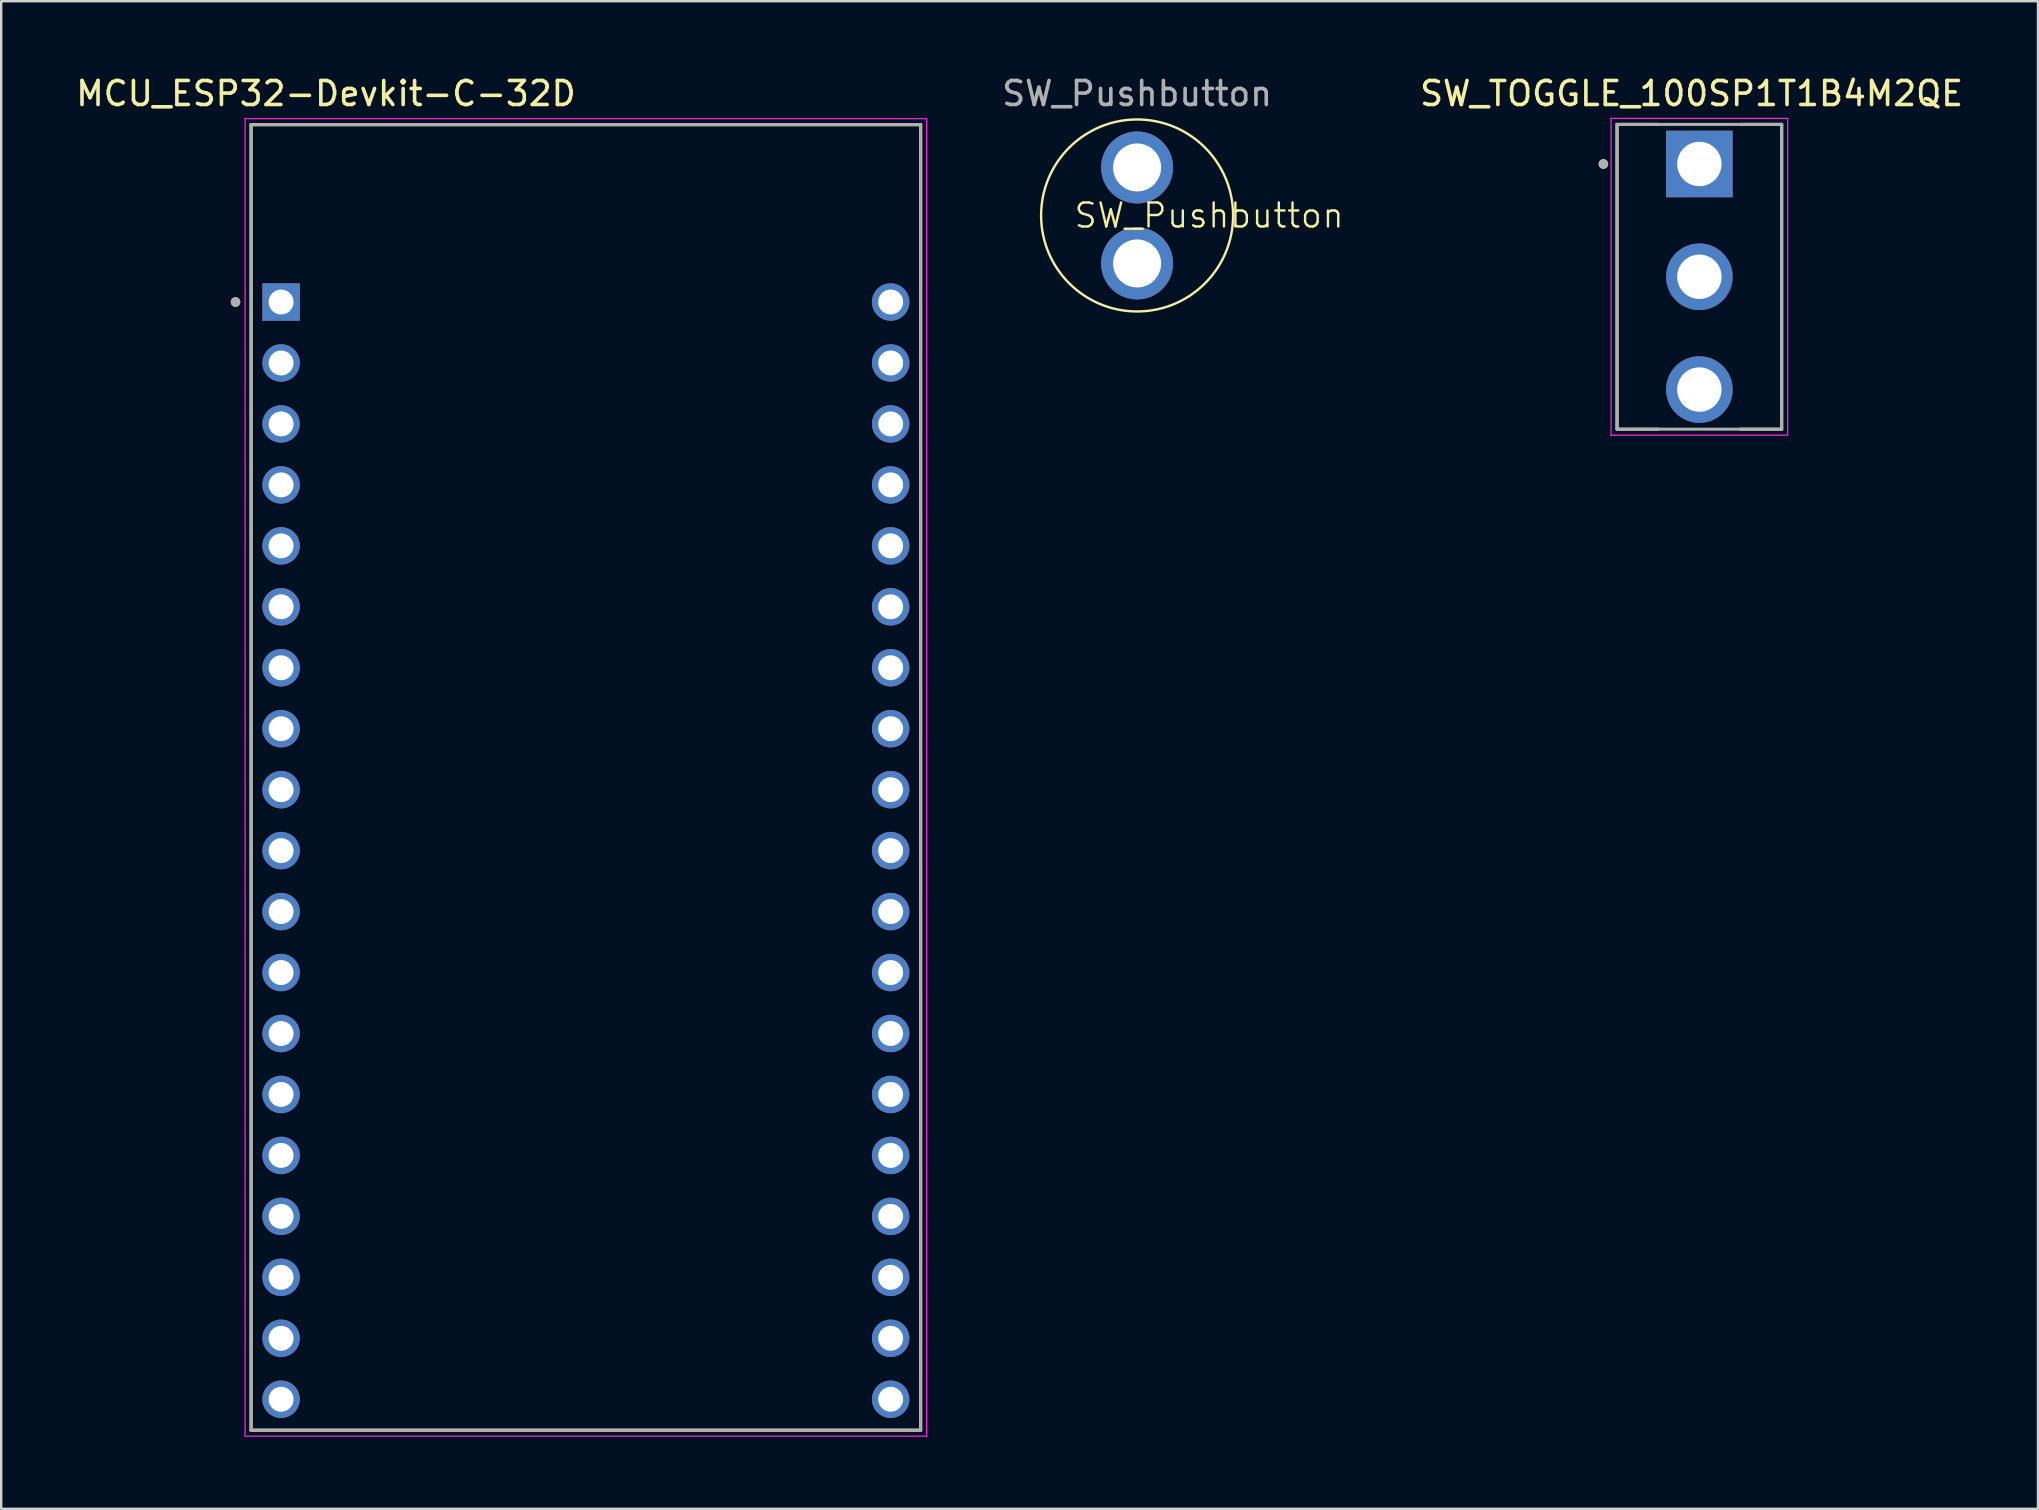
<source format=kicad_pcb>
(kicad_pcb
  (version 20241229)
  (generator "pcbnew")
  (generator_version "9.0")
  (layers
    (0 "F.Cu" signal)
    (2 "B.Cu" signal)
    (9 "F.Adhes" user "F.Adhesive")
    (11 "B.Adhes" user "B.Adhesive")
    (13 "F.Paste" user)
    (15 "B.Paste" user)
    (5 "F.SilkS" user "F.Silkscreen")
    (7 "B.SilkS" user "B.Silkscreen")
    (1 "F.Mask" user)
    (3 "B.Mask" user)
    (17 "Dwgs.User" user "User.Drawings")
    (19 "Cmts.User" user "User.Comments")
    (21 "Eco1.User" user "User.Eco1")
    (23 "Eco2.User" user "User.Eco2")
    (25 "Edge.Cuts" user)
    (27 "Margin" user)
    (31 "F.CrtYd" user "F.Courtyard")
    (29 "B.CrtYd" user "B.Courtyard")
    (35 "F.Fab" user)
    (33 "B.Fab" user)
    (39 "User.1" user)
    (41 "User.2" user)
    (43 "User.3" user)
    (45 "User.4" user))
  (footprint "SW_Pushbutton"
    (layer "F.Cu")
    (at 44.332 5.928)
    (property "Reference" "SW_Pushbutton" (at 3 0 0) (unlocked yes) (layer "F.SilkS") (effects (font (size 1 1) (thickness 0.1))))
    (attr through_hole)
    (fp_circle (center 0 0) (end 4 0) (stroke (width 0.1) (type default)) (fill no) (layer "F.SilkS"))
    (fp_text user "${REFERENCE}" (at 0 -5.08 0) (unlocked yes) (layer "F.Fab") (effects (font (size 1 1) (thickness 0.15))))
    (pad "1" thru_hole circle (at 0 -2) (size 3 3) (drill 2) (layers "*.Cu" "*.Mask"))
    (pad "2" thru_hole circle (at 0 2) (size 3 3) (drill 2) (layers "*.Cu" "*.Mask")))
  (footprint "MCU_ESP32-Devkit-C-32D"
    (layer "F.Cu")
    (at 21.363 29.295)
    (property "Reference" "MCU_ESP32-Devkit-C-32D" (at -10.829 -28.446 0) (layer "F.SilkS") (effects (font (size 1 1) (thickness 0.15))))
    (attr through_hole)
    (fp_line (start -13.95 -27.15) (end 13.95 -27.15) (stroke (width 0.127) (type solid)) (layer "F.SilkS"))
    (fp_line (start -13.95 27.25) (end -13.95 -27.15) (stroke (width 0.127) (type solid)) (layer "F.SilkS"))
    (fp_line (start 13.95 -27.15) (end 13.95 27.25) (stroke (width 0.127) (type solid)) (layer "F.SilkS"))
    (fp_line (start 13.95 27.25) (end -13.95 27.25) (stroke (width 0.127) (type solid)) (layer "F.SilkS"))
    (fp_circle (center -14.6 -19.76) (end -14.5 -19.76) (stroke (width 0.2) (type solid)) (fill no) (layer "F.SilkS"))
    (fp_line (start -14.2 -27.4) (end 14.2 -27.4) (stroke (width 0.05) (type solid)) (layer "F.CrtYd"))
    (fp_line (start -14.2 27.5) (end -14.2 -27.4) (stroke (width 0.05) (type solid)) (layer "F.CrtYd"))
    (fp_line (start 14.2 -27.4) (end 14.2 27.5) (stroke (width 0.05) (type solid)) (layer "F.CrtYd"))
    (fp_line (start 14.2 27.5) (end -14.2 27.5) (stroke (width 0.05) (type solid)) (layer "F.CrtYd"))
    (fp_line (start -13.95 -27.15) (end 13.95 -27.15) (stroke (width 0.127) (type solid)) (layer "F.Fab"))
    (fp_line (start -13.95 27.25) (end -13.95 -27.15) (stroke (width 0.127) (type solid)) (layer "F.Fab"))
    (fp_line (start 13.95 -27.15) (end 13.95 27.25) (stroke (width 0.127) (type solid)) (layer "F.Fab"))
    (fp_line (start 13.95 27.25) (end -13.95 27.25) (stroke (width 0.127) (type solid)) (layer "F.Fab"))
    (fp_circle (center -14.6 -19.76) (end -14.5 -19.76) (stroke (width 0.2) (type solid)) (fill no) (layer "F.Fab"))
    (pad "J2-1" thru_hole rect (at -12.7 -19.76) (size 1.56 1.56) (drill 1.04) (layers "*.Cu" "*.Mask"))
    (pad "J2-2" thru_hole circle (at -12.7 -17.22) (size 1.56 1.56) (drill 1.04) (layers "*.Cu" "*.Mask"))
    (pad "J2-3" thru_hole circle (at -12.7 -14.68) (size 1.56 1.56) (drill 1.04) (layers "*.Cu" "*.Mask"))
    (pad "J2-4" thru_hole circle (at -12.7 -12.14) (size 1.56 1.56) (drill 1.04) (layers "*.Cu" "*.Mask"))
    (pad "J2-5" thru_hole circle (at -12.7 -9.6) (size 1.56 1.56) (drill 1.04) (layers "*.Cu" "*.Mask"))
    (pad "J2-6" thru_hole circle (at -12.7 -7.06) (size 1.56 1.56) (drill 1.04) (layers "*.Cu" "*.Mask"))
    (pad "J2-7" thru_hole circle (at -12.7 -4.52) (size 1.56 1.56) (drill 1.04) (layers "*.Cu" "*.Mask"))
    (pad "J2-8" thru_hole circle (at -12.7 -1.98) (size 1.56 1.56) (drill 1.04) (layers "*.Cu" "*.Mask"))
    (pad "J2-9" thru_hole circle (at -12.7 0.56) (size 1.56 1.56) (drill 1.04) (layers "*.Cu" "*.Mask"))
    (pad "J2-10" thru_hole circle (at -12.7 3.1) (size 1.56 1.56) (drill 1.04) (layers "*.Cu" "*.Mask"))
    (pad "J2-11" thru_hole circle (at -12.7 5.64) (size 1.56 1.56) (drill 1.04) (layers "*.Cu" "*.Mask"))
    (pad "J2-12" thru_hole circle (at -12.7 8.18) (size 1.56 1.56) (drill 1.04) (layers "*.Cu" "*.Mask"))
    (pad "J2-13" thru_hole circle (at -12.7 10.72) (size 1.56 1.56) (drill 1.04) (layers "*.Cu" "*.Mask"))
    (pad "J2-14" thru_hole circle (at -12.7 13.26) (size 1.56 1.56) (drill 1.04) (layers "*.Cu" "*.Mask"))
    (pad "J2-15" thru_hole circle (at -12.7 15.8) (size 1.56 1.56) (drill 1.04) (layers "*.Cu" "*.Mask"))
    (pad "J2-16" thru_hole circle (at -12.7 18.34) (size 1.56 1.56) (drill 1.04) (layers "*.Cu" "*.Mask"))
    (pad "J2-17" thru_hole circle (at -12.7 20.88) (size 1.56 1.56) (drill 1.04) (layers "*.Cu" "*.Mask"))
    (pad "J2-18" thru_hole circle (at -12.7 23.42) (size 1.56 1.56) (drill 1.04) (layers "*.Cu" "*.Mask"))
    (pad "J2-19" thru_hole circle (at -12.7 25.96) (size 1.56 1.56) (drill 1.04) (layers "*.Cu" "*.Mask"))
    (pad "J3-1" thru_hole circle (at 12.7 -19.76) (size 1.56 1.56) (drill 1.04) (layers "*.Cu" "*.Mask"))
    (pad "J3-2" thru_hole circle (at 12.7 -17.22) (size 1.56 1.56) (drill 1.04) (layers "*.Cu" "*.Mask"))
    (pad "J3-3" thru_hole circle (at 12.7 -14.68) (size 1.56 1.56) (drill 1.04) (layers "*.Cu" "*.Mask"))
    (pad "J3-4" thru_hole circle (at 12.7 -12.14) (size 1.56 1.56) (drill 1.04) (layers "*.Cu" "*.Mask"))
    (pad "J3-5" thru_hole circle (at 12.7 -9.6) (size 1.56 1.56) (drill 1.04) (layers "*.Cu" "*.Mask"))
    (pad "J3-6" thru_hole circle (at 12.7 -7.06) (size 1.56 1.56) (drill 1.04) (layers "*.Cu" "*.Mask"))
    (pad "J3-7" thru_hole circle (at 12.7 -4.52) (size 1.56 1.56) (drill 1.04) (layers "*.Cu" "*.Mask"))
    (pad "J3-8" thru_hole circle (at 12.7 -1.98) (size 1.56 1.56) (drill 1.04) (layers "*.Cu" "*.Mask"))
    (pad "J3-9" thru_hole circle (at 12.7 0.56) (size 1.56 1.56) (drill 1.04) (layers "*.Cu" "*.Mask"))
    (pad "J3-10" thru_hole circle (at 12.7 3.1) (size 1.56 1.56) (drill 1.04) (layers "*.Cu" "*.Mask"))
    (pad "J3-11" thru_hole circle (at 12.7 5.64) (size 1.56 1.56) (drill 1.04) (layers "*.Cu" "*.Mask"))
    (pad "J3-12" thru_hole circle (at 12.7 8.18) (size 1.56 1.56) (drill 1.04) (layers "*.Cu" "*.Mask"))
    (pad "J3-13" thru_hole circle (at 12.7 10.72) (size 1.56 1.56) (drill 1.04) (layers "*.Cu" "*.Mask"))
    (pad "J3-14" thru_hole circle (at 12.7 13.26) (size 1.56 1.56) (drill 1.04) (layers "*.Cu" "*.Mask"))
    (pad "J3-15" thru_hole circle (at 12.7 15.8) (size 1.56 1.56) (drill 1.04) (layers "*.Cu" "*.Mask"))
    (pad "J3-16" thru_hole circle (at 12.7 18.34) (size 1.56 1.56) (drill 1.04) (layers "*.Cu" "*.Mask"))
    (pad "J3-17" thru_hole circle (at 12.7 20.88) (size 1.56 1.56) (drill 1.04) (layers "*.Cu" "*.Mask"))
    (pad "J3-18" thru_hole circle (at 12.7 23.42) (size 1.56 1.56) (drill 1.04) (layers "*.Cu" "*.Mask"))
    (pad "J3-19" thru_hole circle (at 12.7 25.96) (size 1.56 1.56) (drill 1.04) (layers "*.Cu" "*.Mask")))
  (footprint "SW_TOGGLE_100SP1T1B4M2QE"
    (layer "F.Cu")
    (at 67.761 8.483)
    (property "Reference" "SW_TOGGLE_100SP1T1B4M2QE" (at -0.325 -7.635 0) (layer "F.SilkS") (effects (font (size 1 1) (thickness 0.15))))
    (attr through_hole)
    (fp_line (start -3.43 6.35) (end -3.43 -6.35) (stroke (width 0.127) (type solid)) (layer "F.SilkS"))
    (fp_line (start -1.71 -6.35) (end -3.43 -6.35) (stroke (width 0.127) (type solid)) (layer "F.SilkS"))
    (fp_line (start -1.71 6.35) (end -3.43 6.35) (stroke (width 0.127) (type solid)) (layer "F.SilkS"))
    (fp_line (start 3.43 -6.35) (end 1.71 -6.35) (stroke (width 0.127) (type solid)) (layer "F.SilkS"))
    (fp_line (start 3.43 -6.35) (end 3.43 6.35) (stroke (width 0.127) (type solid)) (layer "F.SilkS"))
    (fp_line (start 3.43 6.35) (end 1.71 6.35) (stroke (width 0.127) (type solid)) (layer "F.SilkS"))
    (fp_circle (center -4 -4.7) (end -3.9 -4.7) (stroke (width 0.2) (type solid)) (fill no) (layer "F.SilkS"))
    (fp_line (start -3.68 -6.6) (end -3.68 6.6) (stroke (width 0.05) (type solid)) (layer "F.CrtYd"))
    (fp_line (start -3.68 6.6) (end 3.68 6.6) (stroke (width 0.05) (type solid)) (layer "F.CrtYd"))
    (fp_line (start 3.68 -6.6) (end -3.68 -6.6) (stroke (width 0.05) (type solid)) (layer "F.CrtYd"))
    (fp_line (start 3.68 6.6) (end 3.68 -6.6) (stroke (width 0.05) (type solid)) (layer "F.CrtYd"))
    (fp_line (start -3.43 -6.35) (end -3.43 6.35) (stroke (width 0.127) (type solid)) (layer "F.Fab"))
    (fp_line (start -3.43 6.35) (end 3.43 6.35) (stroke (width 0.127) (type solid)) (layer "F.Fab"))
    (fp_line (start 3.43 -6.35) (end -3.43 -6.35) (stroke (width 0.127) (type solid)) (layer "F.Fab"))
    (fp_line (start 3.43 6.35) (end 3.43 -6.35) (stroke (width 0.127) (type solid)) (layer "F.Fab"))
    (fp_circle (center -4 -4.7) (end -3.9 -4.7) (stroke (width 0.2) (type solid)) (fill no) (layer "F.Fab"))
    (pad "1" thru_hole rect (at 0 -4.7) (size 2.775 2.775) (drill 1.85) (layers "*.Cu" "*.Mask"))
    (pad "2" thru_hole circle (at 0 0) (size 2.775 2.775) (drill 1.85) (layers "*.Cu" "*.Mask"))
    (pad "3" thru_hole circle (at 0 4.7) (size 2.775 2.775) (drill 1.85) (layers "*.Cu" "*.Mask")))
  (gr_rect
    (start -3 -3)
    (end 81.87 59.82)
    (stroke (width 0.1) (type default))
    (fill no)
    (layer "Edge.Cuts")))
</source>
